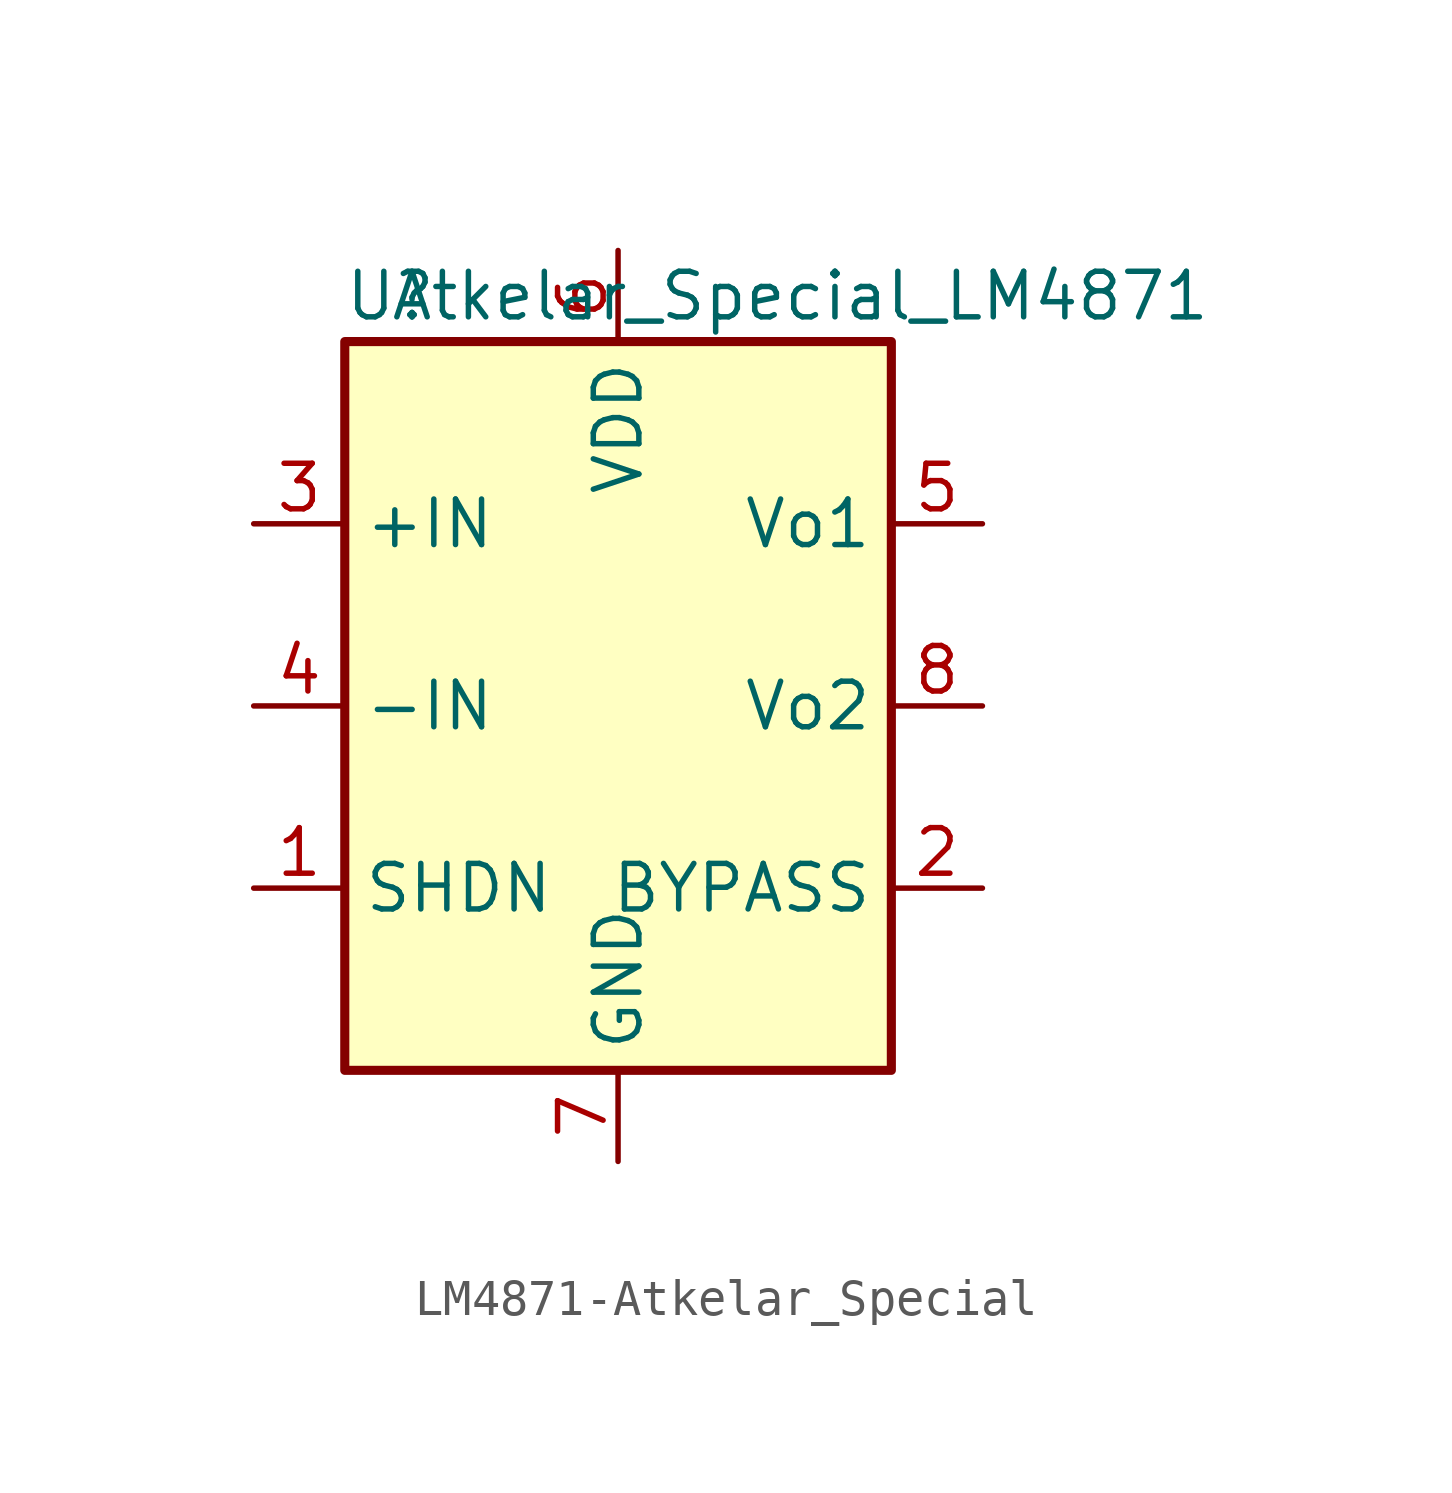
<source format=kicad_sym>
(kicad_symbol_lib
  (version 20220914)
  (generator kicad_symbol_editor)
  (symbol "LM4871-Atkelar_Special"
    (property "Reference" "U"
      (at -6.35 11.43 0)
      (effects (font (size 1.27 1.27))))
    (property "Value" "Atkelar_Special_LM4871"
      (at 5.08 11.43 0)
      (effects (font (size 1.27 1.27))))
    (symbol "LM4871-Atkelar_Special_0_1"
      (rectangle (start -7.62 10.16) (end 7.62 -10.16) (stroke (width 0.254) (type solid)) (fill (type background))))
    (symbol "LM4871-Atkelar_Special_1_1"
      (pin input line (at -10.16 -5.08 0) (length 2.54) (name "SHDN" (effects (font (size 1.27 1.27)))) (number "1" (effects (font (size 1.27 1.27)))))
      (pin passive line (at 10.16 -5.08 180) (length 2.54) (name "BYPASS" (effects (font (size 1.27 1.27)))) (number "2" (effects (font (size 1.27 1.27)))))
      (pin input line (at -10.16 5.08 0) (length 2.54) (name "+IN" (effects (font (size 1.27 1.27)))) (number "3" (effects (font (size 1.27 1.27)))))
      (pin input line (at -10.16 0 0) (length 2.54) (name "-IN" (effects (font (size 1.27 1.27)))) (number "4" (effects (font (size 1.27 1.27)))))
      (pin output line (at 10.16 5.08 180) (length 2.54) (name "Vo1" (effects (font (size 1.27 1.27)))) (number "5" (effects (font (size 1.27 1.27)))))
      (pin power_in line (at 0 12.7 270) (length 2.54) (name "VDD" (effects (font (size 1.27 1.27)))) (number "6" (effects (font (size 1.27 1.27)))))
      (pin power_in line (at 0 -12.7 90) (length 2.54) (name "GND" (effects (font (size 1.27 1.27)))) (number "7" (effects (font (size 1.27 1.27)))))
      (pin output line (at 10.16 0 180) (length 2.54) (name "Vo2" (effects (font (size 1.27 1.27)))) (number "8" (effects (font (size 1.27 1.27))))))))
</source>
